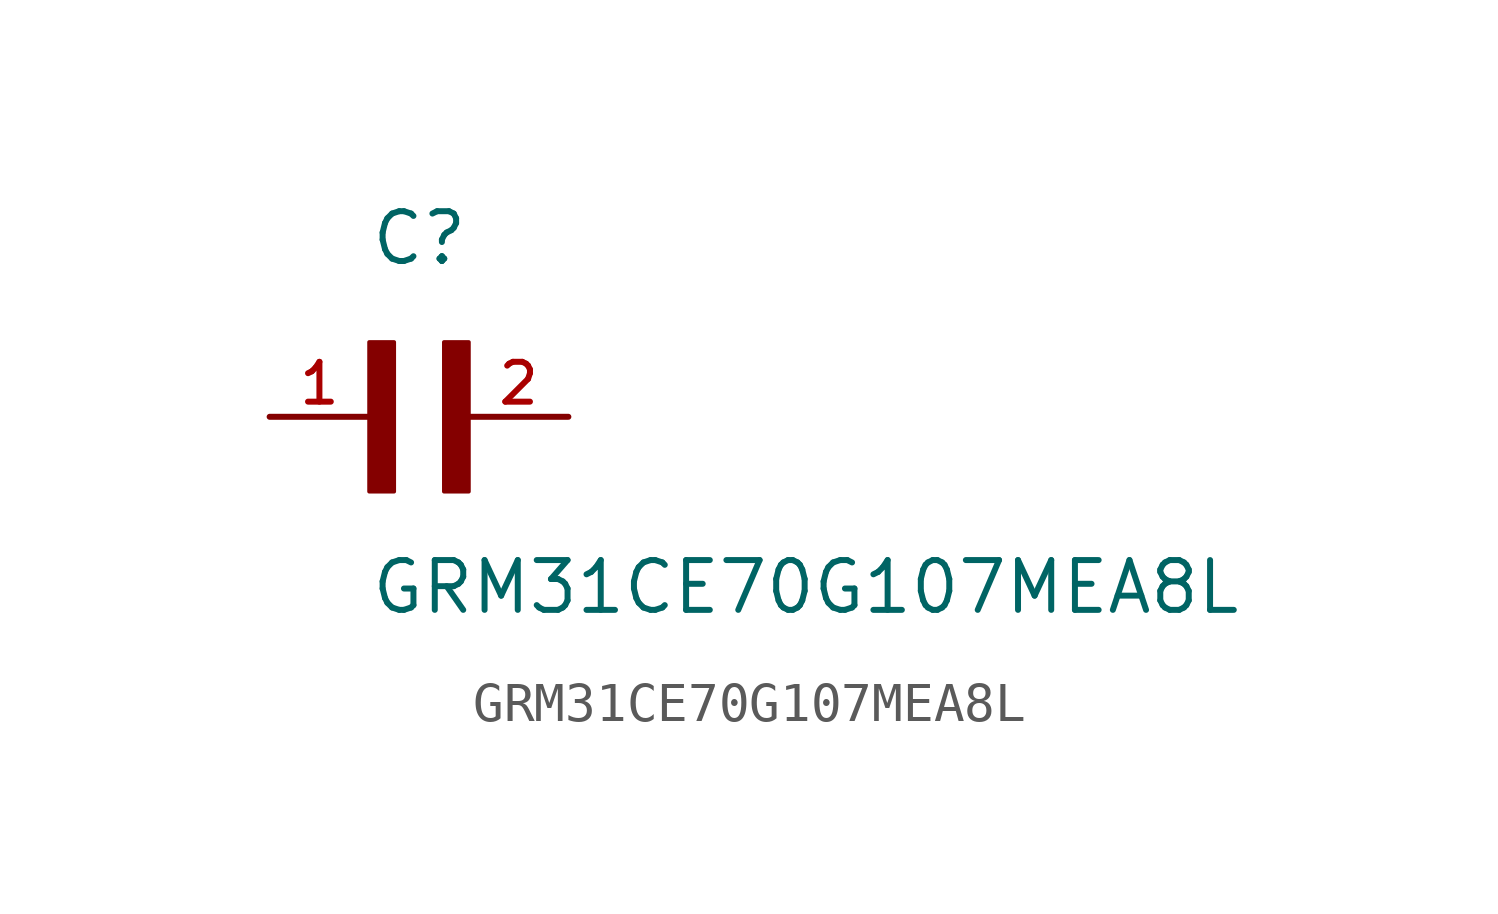
<source format=kicad_sym>
(kicad_symbol_lib
  (version 20211014)
  (generator kicad_symbol_editor)
  (symbol "GRM31CE70G107MEA8L"
    (pin_names
      (offset 1.016))
    (property "Reference" "C"
      (at 0.0 3.811 0)
      (effects (font (size 1.27 1.27)) (justify bottom left)))
    (property "Value" "GRM31CE70G107MEA8L"
      (at 0.0 -5.088 0)
      (effects (font (size 1.27 1.27)) (justify bottom left)))
    (symbol "GRM31CE70G107MEA8L_0_0"
      (rectangle (start 0.0 -1.907) (end 0.635 1.905) (stroke (width 0.1)) (fill (type outline)))
      (rectangle (start 1.907 -1.907) (end 2.54 1.905) (stroke (width 0.1)) (fill (type outline)))
      (pin passive line (at 5.08 0.0 180.0) (length 2.54) (name "~" (effects (font (size 1.016 1.016)))) (number "2" (effects (font (size 1.016 1.016)))))
      (pin passive line (at -2.54 0.0 0) (length 2.54) (name "~" (effects (font (size 1.016 1.016)))) (number "1" (effects (font (size 1.016 1.016))))))))
</source>
